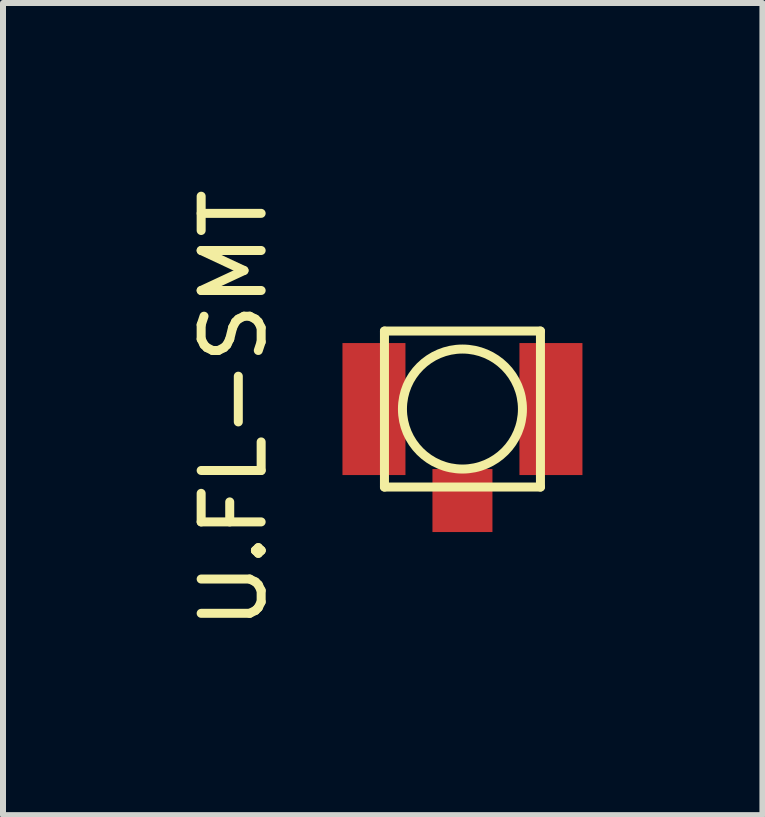
<source format=kicad_pcb>
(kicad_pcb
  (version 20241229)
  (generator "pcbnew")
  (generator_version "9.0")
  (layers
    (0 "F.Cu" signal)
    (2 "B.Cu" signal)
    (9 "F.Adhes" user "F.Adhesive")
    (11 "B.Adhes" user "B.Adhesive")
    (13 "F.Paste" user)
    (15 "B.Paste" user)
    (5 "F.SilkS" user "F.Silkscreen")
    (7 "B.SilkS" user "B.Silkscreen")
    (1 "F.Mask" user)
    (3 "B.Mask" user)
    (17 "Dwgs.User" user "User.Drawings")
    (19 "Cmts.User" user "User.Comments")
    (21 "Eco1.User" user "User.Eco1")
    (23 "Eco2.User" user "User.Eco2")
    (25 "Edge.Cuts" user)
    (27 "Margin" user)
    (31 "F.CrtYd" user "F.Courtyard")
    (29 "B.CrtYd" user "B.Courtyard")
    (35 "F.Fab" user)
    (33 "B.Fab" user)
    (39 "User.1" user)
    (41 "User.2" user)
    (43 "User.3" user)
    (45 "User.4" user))
  (footprint "U.FL-SMT"
    (layer "F.Cu")
    (at 4.658 3.768)
    (property "Reference" "U.FL-SMT" (at -3.81 0 90) (layer "F.SilkS") (effects (font (size 1 1) (thickness 0.15))))
    (attr through_hole)
    (fp_line (start -1.3 -1.3) (end -1.3 1.3) (stroke (width 0.15) (type solid)) (layer "F.SilkS"))
    (fp_line (start -1.3 1.3) (end 1.3 1.3) (stroke (width 0.15) (type solid)) (layer "F.SilkS"))
    (fp_line (start 1.3 -1.3) (end -1.3 -1.3) (stroke (width 0.15) (type solid)) (layer "F.SilkS"))
    (fp_line (start 1.3 1.3) (end 1.3 -1.3) (stroke (width 0.15) (type solid)) (layer "F.SilkS"))
    (fp_circle (center 0 0) (end 1 0) (stroke (width 0.15) (type solid)) (fill no) (layer "F.SilkS"))
    (pad "1" smd rect (at 0 1.525) (size 1 1.05) (layers "F.Cu" "F.Mask" "F.Paste"))
    (pad "2" smd rect (at -1.475 0) (size 1.05 2.2) (layers "F.Cu" "F.Mask" "F.Paste"))
    (pad "3" smd rect (at 1.475 0) (size 1.05 2.2) (layers "F.Cu" "F.Mask" "F.Paste")))
  (gr_rect
    (start -3 -3)
    (end 9.658 10.536)
    (stroke (width 0.1) (type default))
    (fill no)
    (layer "Edge.Cuts")))
</source>
